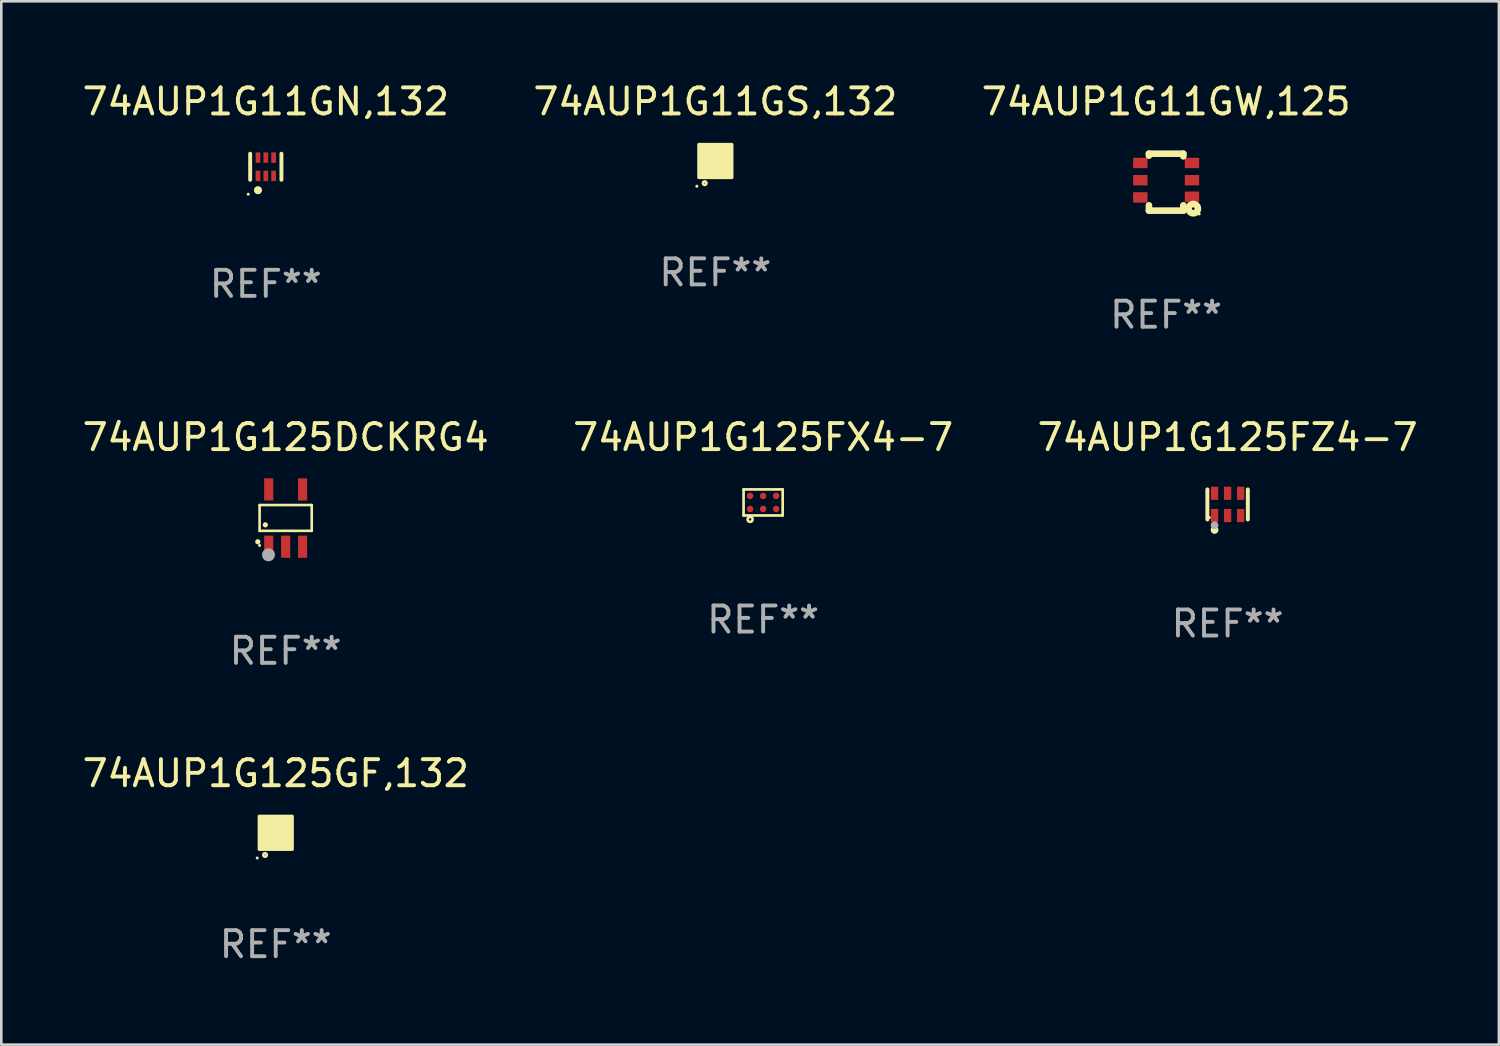
<source format=kicad_pcb>
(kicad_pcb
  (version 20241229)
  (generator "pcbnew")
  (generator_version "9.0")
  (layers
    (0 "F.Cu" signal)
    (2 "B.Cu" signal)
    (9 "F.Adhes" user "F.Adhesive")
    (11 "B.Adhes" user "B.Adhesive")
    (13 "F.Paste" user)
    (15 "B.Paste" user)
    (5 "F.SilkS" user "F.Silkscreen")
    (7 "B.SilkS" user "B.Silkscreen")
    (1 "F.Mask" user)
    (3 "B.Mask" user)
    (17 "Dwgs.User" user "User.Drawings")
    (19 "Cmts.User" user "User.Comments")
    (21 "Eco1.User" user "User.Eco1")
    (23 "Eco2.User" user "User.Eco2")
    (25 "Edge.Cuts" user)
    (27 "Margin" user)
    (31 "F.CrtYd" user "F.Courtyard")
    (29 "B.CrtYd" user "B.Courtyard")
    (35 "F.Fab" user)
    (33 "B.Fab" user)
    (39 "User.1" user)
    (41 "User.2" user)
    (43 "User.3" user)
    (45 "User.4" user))
  (footprint "74AUP1G125FZ4-7"
    (layer "F.Cu")
    (at 44.054 16.305)
    (property "Reference" "74AUP1G125FZ4-7" (at 0 -2.576 0) (layer "F.SilkS") (effects (font (size 1 1) (thickness 0.15))))
    (attr through_hole)
    (fp_line (start -0.776 0.576) (end -0.776 -0.576) (stroke (width 0.152) (type solid)) (layer "F.SilkS"))
    (fp_line (start 0.776 0.576) (end 0.776 -0.576) (stroke (width 0.152) (type solid)) (layer "F.SilkS"))
    (fp_circle (center -0.7 0.5) (end -0.67 0.5) (stroke (width 0.06) (type solid)) (fill no) (layer "F.SilkS"))
    (fp_circle (center -0.5 0.98) (end -0.425 0.98) (stroke (width 0.15) (type solid)) (fill no) (layer "F.SilkS"))
    (fp_circle (center -0.5 0.8) (end -0.425 0.8) (stroke (width 0.15) (type solid)) (fill no) (layer "F.Fab"))
    (fp_text user "REF**" (at 0 4.576 0) (layer "F.Fab") (effects (font (size 1 1) (thickness 0.15))))
    (pad "1" smd rect (at -0.5 0.427) (size 0.28 0.505) (layers "F.Cu" "F.Mask" "F.Paste"))
    (pad "2" smd rect (at 0 0.427) (size 0.28 0.505) (layers "F.Cu" "F.Mask" "F.Paste"))
    (pad "3" smd rect (at 0.5 0.427) (size 0.28 0.505) (layers "F.Cu" "F.Mask" "F.Paste"))
    (pad "4" smd rect (at 0.5 -0.427) (size 0.28 0.505) (layers "F.Cu" "F.Mask" "F.Paste"))
    (pad "5" smd rect (at 0 -0.427) (size 0.28 0.505) (layers "F.Cu" "F.Mask" "F.Paste"))
    (pad "6" smd rect (at -0.5 -0.427) (size 0.28 0.505) (layers "F.Cu" "F.Mask" "F.Paste")))
  (footprint "74AUP1G125DCKRG4"
    (layer "F.Cu")
    (at 7.911 16.829)
    (property "Reference" "74AUP1G125DCKRG4" (at 0 -3.1 0) (layer "F.SilkS") (effects (font (size 1 1) (thickness 0.15))))
    (attr through_hole)
    (fp_line (start -1 -0.5) (end -1 0.49) (stroke (width 0.1) (type solid)) (layer "F.SilkS"))
    (fp_line (start -1 0.49) (end 1 0.49) (stroke (width 0.1) (type solid)) (layer "F.SilkS"))
    (fp_line (start 0.99 -0.5) (end -1 -0.5) (stroke (width 0.1) (type solid)) (layer "F.SilkS"))
    (fp_line (start 1 -0.49) (end 0.99 -0.5) (stroke (width 0.1) (type solid)) (layer "F.SilkS"))
    (fp_line (start 1 0.49) (end 1 -0.49) (stroke (width 0.1) (type solid)) (layer "F.SilkS"))
    (fp_circle (center -1.07 0.91) (end -1.02 0.91) (stroke (width 0.1) (type solid)) (fill no) (layer "F.SilkS"))
    (fp_circle (center -1 1.05) (end -0.97 1.05) (stroke (width 0.06) (type solid)) (fill no) (layer "F.SilkS"))
    (fp_circle (center -0.78 0.26) (end -0.73 0.26) (stroke (width 0.1) (type solid)) (fill no) (layer "F.SilkS"))
    (fp_circle (center -0.66 1.41) (end -0.535 1.41) (stroke (width 0.25) (type solid)) (fill no) (layer "F.Fab"))
    (fp_text user "REF**" (at 0 5.1 0) (layer "F.Fab") (effects (font (size 1 1) (thickness 0.15))))
    (pad "1" smd rect (at -0.65 1.1) (size 0.35 0.85) (layers "F.Cu" "F.Mask" "F.Paste"))
    (pad "2" smd rect (at 0.000051 1.1) (size 0.35 0.85) (layers "F.Cu" "F.Mask" "F.Paste"))
    (pad "3" smd rect (at 0.65 1.1) (size 0.35 0.85) (layers "F.Cu" "F.Mask" "F.Paste"))
    (pad "4" smd rect (at 0.65 -1.1) (size 0.35 0.85) (layers "F.Cu" "F.Mask" "F.Paste"))
    (pad "5" smd rect (at -0.65 -1.1) (size 0.35 0.85) (layers "F.Cu" "F.Mask" "F.Paste")))
  (footprint "74AUP1G11GW,125"
    (layer "F.Cu")
    (at 41.696 3.94)
    (property "Reference" "74AUP1G11GW,125" (at 0 -3.092 0) (layer "F.SilkS") (effects (font (size 1 1) (thickness 0.15))))
    (attr through_hole)
    (fp_line (start -0.66 -1.092) (end -0.66 -1.016) (stroke (width 0.254) (type solid)) (layer "F.SilkS"))
    (fp_line (start -0.66 1.092) (end -0.66 0.889) (stroke (width 0.254) (type solid)) (layer "F.SilkS"))
    (fp_line (start 0.66 -1.092) (end -0.66 -1.092) (stroke (width 0.254) (type solid)) (layer "F.SilkS"))
    (fp_line (start 0.66 -0.991) (end 0.66 -1.092) (stroke (width 0.254) (type solid)) (layer "F.SilkS"))
    (fp_line (start 0.66 0.889) (end 0.66 1.092) (stroke (width 0.254) (type solid)) (layer "F.SilkS"))
    (fp_line (start 0.66 1.092) (end -0.66 1.092) (stroke (width 0.254) (type solid)) (layer "F.SilkS"))
    (fp_circle (center 1.041 1.016) (end 1.092 1.016) (stroke (width 0.254) (type solid)) (fill no) (layer "F.SilkS"))
    (fp_circle (center 1.266 1.219) (end 1.296 1.219) (stroke (width 0.06) (type solid)) (fill no) (layer "F.SilkS"))
    (fp_text user "REF**" (at 0 5.092 0) (layer "F.Fab") (effects (font (size 1 1) (thickness 0.15))))
    (pad "1" smd rect (at 0.991 0.559 270) (size 0.399 0.551) (layers "F.Cu" "F.Mask" "F.Paste"))
    (pad "2" smd rect (at 0.991 -0.076 270) (size 0.399 0.551) (layers "F.Cu" "F.Mask" "F.Paste"))
    (pad "3" smd rect (at 0.991 -0.737 270) (size 0.399 0.551) (layers "F.Cu" "F.Mask" "F.Paste"))
    (pad "4" smd rect (at -0.991 -0.737 270) (size 0.399 0.551) (layers "F.Cu" "F.Mask" "F.Paste"))
    (pad "5" smd rect (at -0.991 -0.076 270) (size 0.399 0.551) (layers "F.Cu" "F.Mask" "F.Paste"))
    (pad "6" smd rect (at -0.991 0.584 270) (size 0.399 0.551) (layers "F.Cu" "F.Mask" "F.Paste")))
  (footprint "74AUP1G125FX4-7"
    (layer "F.Cu")
    (at 26.232 16.229)
    (property "Reference" "74AUP1G125FX4-7" (at 0 -2.5 0) (layer "F.SilkS") (effects (font (size 1 1) (thickness 0.15))))
    (attr through_hole)
    (fp_line (start -0.75 -0.5) (end 0.75 -0.5) (stroke (width 0.102) (type solid)) (layer "F.SilkS"))
    (fp_line (start -0.75 0.5) (end -0.75 -0.5) (stroke (width 0.102) (type solid)) (layer "F.SilkS"))
    (fp_line (start -0.75 0.5) (end 0.75 0.5) (stroke (width 0.102) (type solid)) (layer "F.SilkS"))
    (fp_line (start 0.75 -0.5) (end 0.75 0.5) (stroke (width 0.102) (type solid)) (layer "F.SilkS"))
    (fp_circle (center -0.5 0.65) (end -0.455 0.65) (stroke (width 0.102) (type solid)) (fill no) (layer "F.SilkS"))
    (fp_text user "REF**" (at 0 4.5 0) (layer "F.Fab") (effects (font (size 1 1) (thickness 0.15))))
    (pad "1" smd circle (at -0.5 0.25) (size 0.25 0.25) (layers "F.Cu" "F.Mask" "F.Paste"))
    (pad "2" smd circle (at 0 0.25) (size 0.25 0.25) (layers "F.Cu" "F.Mask" "F.Paste"))
    (pad "3" smd circle (at 0.5 0.25) (size 0.25 0.25) (layers "F.Cu" "F.Mask" "F.Paste"))
    (pad "4" smd circle (at 0.5 -0.25) (size 0.25 0.25) (layers "F.Cu" "F.Mask" "F.Paste"))
    (pad "5" smd circle (at 0 -0.25) (size 0.25 0.25) (layers "F.Cu" "F.Mask" "F.Paste"))
    (pad "6" smd circle (at -0.5 -0.25) (size 0.25 0.25) (layers "F.Cu" "F.Mask" "F.Paste")))
  (footprint "74AUP1G125GF,132"
    (layer "F.Cu")
    (at 7.53 28.905)
    (property "Reference" "74AUP1G125GF,132" (at 0 -2.28 0) (layer "F.SilkS") (effects (font (size 1 1) (thickness 0.15))))
    (attr through_hole)
    (fp_circle (center -0.71 0.968) (end -0.68 0.968) (stroke (width 0.06) (type solid)) (fill no) (layer "F.SilkS"))
    (fp_circle (center -0.41 0.85) (end -0.342 0.85) (stroke (width 0.1) (type solid)) (fill no) (layer "F.SilkS"))
    (fp_poly (pts (xy -0.635 -0.635) (xy 0.635 -0.635) (xy 0.635 0.635) (xy -0.635 0.635)) (stroke (width 0.12) (type solid)) (fill yes) (layer "F.SilkS"))
    (fp_text user "REF**" (at 0 4.28 0) (layer "F.Fab") (effects (font (size 1 1) (thickness 0.15))))
    (pad "1" smd rect (at -0.35 0.28 90) (size 0.35 0.2) (layers "F.Cu" "F.Mask" "F.Paste"))
    (pad "2" smd rect (at 0 0.28 90) (size 0.35 0.2) (layers "F.Cu" "F.Mask" "F.Paste"))
    (pad "3" smd rect (at 0.35 0.28 90) (size 0.35 0.2) (layers "F.Cu" "F.Mask" "F.Paste"))
    (pad "4" smd rect (at 0.35 -0.28 90) (size 0.35 0.2) (layers "F.Cu" "F.Mask" "F.Paste"))
    (pad "5" smd rect (at 0 -0.28 90) (size 0.35 0.2) (layers "F.Cu" "F.Mask" "F.Paste"))
    (pad "6" smd rect (at -0.35 -0.28 90) (size 0.35 0.2) (layers "F.Cu" "F.Mask" "F.Paste")))
  (footprint "74AUP1G11GS,132"
    (layer "F.Cu")
    (at 24.399 3.128)
    (property "Reference" "74AUP1G11GS,132" (at 0 -2.28 0) (layer "F.SilkS") (effects (font (size 1 1) (thickness 0.15))))
    (attr through_hole)
    (fp_circle (center -0.71 0.968) (end -0.68 0.968) (stroke (width 0.06) (type solid)) (fill no) (layer "F.SilkS"))
    (fp_circle (center -0.41 0.85) (end -0.342 0.85) (stroke (width 0.1) (type solid)) (fill no) (layer "F.SilkS"))
    (fp_poly (pts (xy -0.635 -0.635) (xy 0.635 -0.635) (xy 0.635 0.635) (xy -0.635 0.635)) (stroke (width 0.12) (type solid)) (fill yes) (layer "F.SilkS"))
    (fp_text user "REF**" (at 0 4.28 0) (layer "F.Fab") (effects (font (size 1 1) (thickness 0.15))))
    (pad "1" smd rect (at -0.35 0.28 90) (size 0.35 0.2) (layers "F.Cu" "F.Mask" "F.Paste"))
    (pad "2" smd rect (at 0 0.28 90) (size 0.35 0.2) (layers "F.Cu" "F.Mask" "F.Paste"))
    (pad "3" smd rect (at 0.35 0.28 90) (size 0.35 0.2) (layers "F.Cu" "F.Mask" "F.Paste"))
    (pad "4" smd rect (at 0.35 -0.28 90) (size 0.35 0.2) (layers "F.Cu" "F.Mask" "F.Paste"))
    (pad "5" smd rect (at 0 -0.28 90) (size 0.35 0.2) (layers "F.Cu" "F.Mask" "F.Paste"))
    (pad "6" smd rect (at -0.35 -0.28 90) (size 0.35 0.2) (layers "F.Cu" "F.Mask" "F.Paste")))
  (footprint "74AUP1G11GN,132"
    (layer "F.Cu")
    (at 7.149 3.348)
    (property "Reference" "74AUP1G11GN,132" (at 0 -2.5 0) (layer "F.SilkS") (effects (font (size 1 1) (thickness 0.15))))
    (attr through_hole)
    (fp_line (start -0.6 -0.5) (end -0.6 0.5) (stroke (width 0.15) (type solid)) (layer "F.SilkS"))
    (fp_line (start 0.6 0.5) (end 0.6 -0.5) (stroke (width 0.15) (type solid)) (layer "F.SilkS"))
    (fp_circle (center -0.675 1.055) (end -0.645 1.055) (stroke (width 0.06) (type solid)) (fill no) (layer "F.SilkS"))
    (fp_circle (center -0.3 0.9) (end -0.22 0.9) (stroke (width 0.15) (type solid)) (fill no) (layer "F.SilkS"))
    (fp_text user "REF**" (at 0 4.5 0) (layer "F.Fab") (effects (font (size 1 1) (thickness 0.15))))
    (pad "1" smd rect (at -0.3 0.35) (size 0.18 0.4) (layers "F.Cu" "F.Mask" "F.Paste"))
    (pad "2" smd rect (at 0.000025 0.35) (size 0.18 0.4) (layers "F.Cu" "F.Mask" "F.Paste"))
    (pad "3" smd rect (at 0.3 0.35) (size 0.18 0.4) (layers "F.Cu" "F.Mask" "F.Paste"))
    (pad "4" smd rect (at 0.3 -0.35) (size 0.18 0.4) (layers "F.Cu" "F.Mask" "F.Paste"))
    (pad "5" smd rect (at 0.000025 -0.35) (size 0.18 0.4) (layers "F.Cu" "F.Mask" "F.Paste"))
    (pad "6" smd rect (at -0.3 -0.35) (size 0.18 0.4) (layers "F.Cu" "F.Mask" "F.Paste")))
  (gr_rect
    (start -3 -3)
    (end 54.464 37.034)
    (stroke (width 0.1) (type default))
    (fill no)
    (layer "Edge.Cuts")))
</source>
